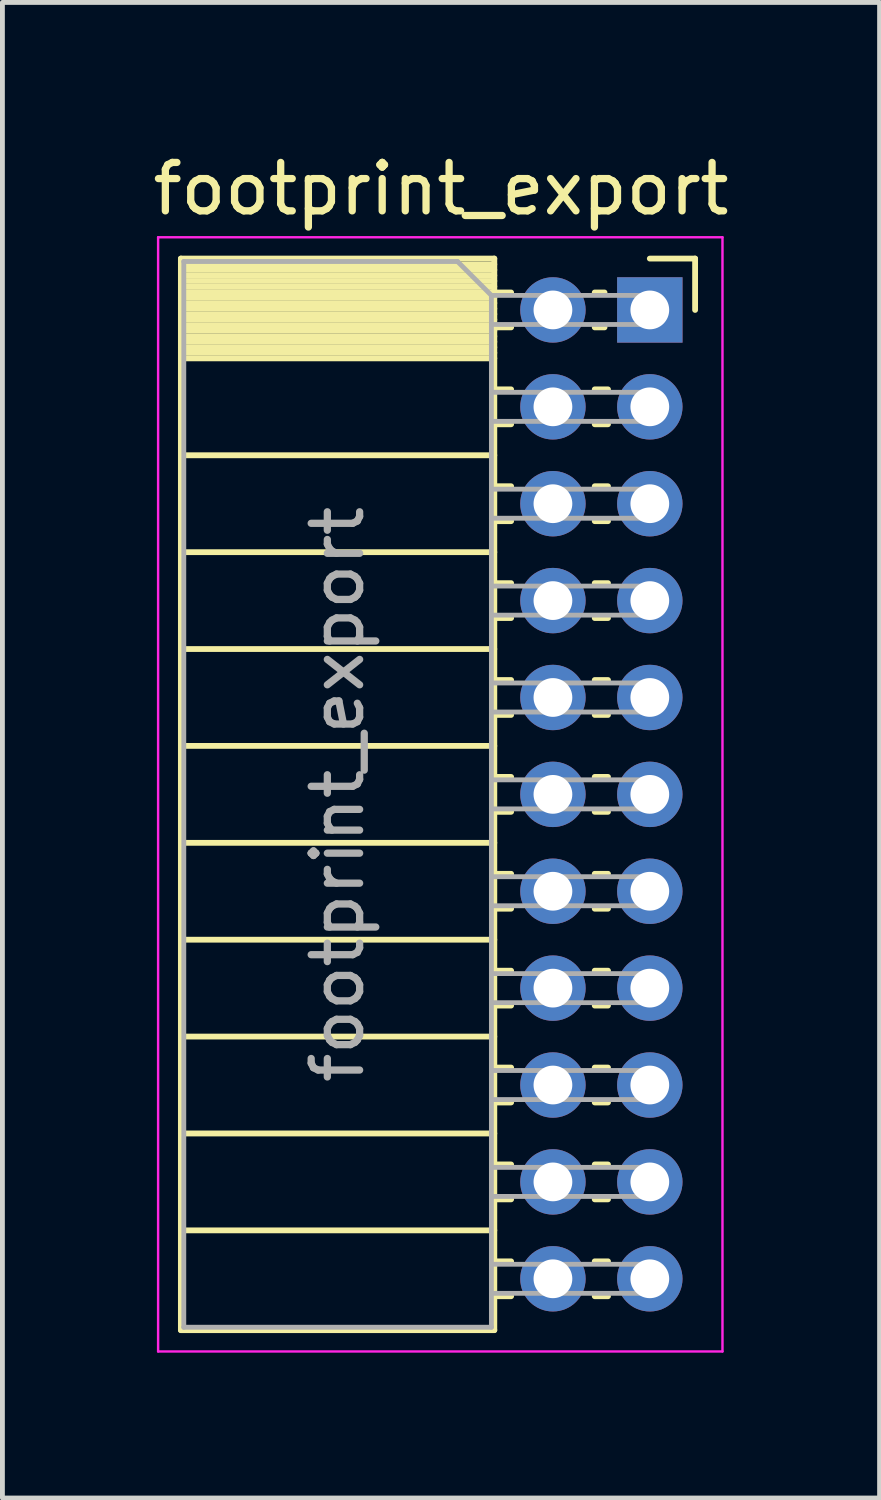
<source format=kicad_pcb>
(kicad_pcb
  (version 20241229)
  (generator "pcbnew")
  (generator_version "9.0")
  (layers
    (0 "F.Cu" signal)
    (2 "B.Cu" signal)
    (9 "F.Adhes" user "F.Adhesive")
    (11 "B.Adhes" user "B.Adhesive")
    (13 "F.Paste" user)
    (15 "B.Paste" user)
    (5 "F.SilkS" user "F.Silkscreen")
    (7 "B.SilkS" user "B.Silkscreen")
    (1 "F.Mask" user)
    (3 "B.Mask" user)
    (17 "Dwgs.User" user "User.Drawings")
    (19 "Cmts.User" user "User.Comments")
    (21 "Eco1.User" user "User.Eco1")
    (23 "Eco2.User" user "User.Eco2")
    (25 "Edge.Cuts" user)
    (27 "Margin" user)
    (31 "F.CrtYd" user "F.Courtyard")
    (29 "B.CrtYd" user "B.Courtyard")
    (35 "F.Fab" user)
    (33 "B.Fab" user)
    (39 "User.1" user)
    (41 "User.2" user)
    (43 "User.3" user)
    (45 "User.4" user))
  (footprint "footprint_export"
    (layer "F.Cu")
    (at 10.364 3.348)
    (property "Reference" "footprint_export" (at -4.31 -2.5 0) (layer "F.SilkS") (effects (font (size 1 1) (thickness 0.15))))
    (attr through_hole)
    (fp_line (start -9.68 -1.06) (end -9.68 21.06) (stroke (width 0.12) (type solid)) (layer "F.SilkS"))
    (fp_line (start -9.68 -1.06) (end -3.21 -1.06) (stroke (width 0.12) (type solid)) (layer "F.SilkS"))
    (fp_line (start -9.68 -0.94) (end -3.21 -0.94) (stroke (width 0.12) (type solid)) (layer "F.SilkS"))
    (fp_line (start -9.68 -0.826) (end -3.21 -0.826) (stroke (width 0.12) (type solid)) (layer "F.SilkS"))
    (fp_line (start -9.68 -0.712) (end -3.21 -0.712) (stroke (width 0.12) (type solid)) (layer "F.SilkS"))
    (fp_line (start -9.68 -0.598) (end -3.21 -0.598) (stroke (width 0.12) (type solid)) (layer "F.SilkS"))
    (fp_line (start -9.68 -0.484) (end -3.21 -0.484) (stroke (width 0.12) (type solid)) (layer "F.SilkS"))
    (fp_line (start -9.68 -0.369) (end -3.21 -0.369) (stroke (width 0.12) (type solid)) (layer "F.SilkS"))
    (fp_line (start -9.68 -0.255) (end -3.21 -0.255) (stroke (width 0.12) (type solid)) (layer "F.SilkS"))
    (fp_line (start -9.68 -0.141) (end -3.21 -0.141) (stroke (width 0.12) (type solid)) (layer "F.SilkS"))
    (fp_line (start -9.68 -0.027) (end -3.21 -0.027) (stroke (width 0.12) (type solid)) (layer "F.SilkS"))
    (fp_line (start -9.68 0.087) (end -3.21 0.087) (stroke (width 0.12) (type solid)) (layer "F.SilkS"))
    (fp_line (start -9.68 0.201) (end -3.21 0.201) (stroke (width 0.12) (type solid)) (layer "F.SilkS"))
    (fp_line (start -9.68 0.315) (end -3.21 0.315) (stroke (width 0.12) (type solid)) (layer "F.SilkS"))
    (fp_line (start -9.68 0.429) (end -3.21 0.429) (stroke (width 0.12) (type solid)) (layer "F.SilkS"))
    (fp_line (start -9.68 0.544) (end -3.21 0.544) (stroke (width 0.12) (type solid)) (layer "F.SilkS"))
    (fp_line (start -9.68 0.658) (end -3.21 0.658) (stroke (width 0.12) (type solid)) (layer "F.SilkS"))
    (fp_line (start -9.68 0.772) (end -3.21 0.772) (stroke (width 0.12) (type solid)) (layer "F.SilkS"))
    (fp_line (start -9.68 0.886) (end -3.21 0.886) (stroke (width 0.12) (type solid)) (layer "F.SilkS"))
    (fp_line (start -9.68 1) (end -3.21 1) (stroke (width 0.12) (type solid)) (layer "F.SilkS"))
    (fp_line (start -9.68 3) (end -3.21 3) (stroke (width 0.12) (type solid)) (layer "F.SilkS"))
    (fp_line (start -9.68 5) (end -3.21 5) (stroke (width 0.12) (type solid)) (layer "F.SilkS"))
    (fp_line (start -9.68 7) (end -3.21 7) (stroke (width 0.12) (type solid)) (layer "F.SilkS"))
    (fp_line (start -9.68 9) (end -3.21 9) (stroke (width 0.12) (type solid)) (layer "F.SilkS"))
    (fp_line (start -9.68 11) (end -3.21 11) (stroke (width 0.12) (type solid)) (layer "F.SilkS"))
    (fp_line (start -9.68 13) (end -3.21 13) (stroke (width 0.12) (type solid)) (layer "F.SilkS"))
    (fp_line (start -9.68 15) (end -3.21 15) (stroke (width 0.12) (type solid)) (layer "F.SilkS"))
    (fp_line (start -9.68 17) (end -3.21 17) (stroke (width 0.12) (type solid)) (layer "F.SilkS"))
    (fp_line (start -9.68 19) (end -3.21 19) (stroke (width 0.12) (type solid)) (layer "F.SilkS"))
    (fp_line (start -9.68 21.06) (end -3.21 21.06) (stroke (width 0.12) (type solid)) (layer "F.SilkS"))
    (fp_line (start -3.21 -1.06) (end -3.21 21.06) (stroke (width 0.12) (type solid)) (layer "F.SilkS"))
    (fp_line (start -3.21 -0.36) (end -2.863 -0.36) (stroke (width 0.12) (type solid)) (layer "F.SilkS"))
    (fp_line (start -3.21 0.36) (end -2.863 0.36) (stroke (width 0.12) (type solid)) (layer "F.SilkS"))
    (fp_line (start -3.21 1.64) (end -2.863 1.64) (stroke (width 0.12) (type solid)) (layer "F.SilkS"))
    (fp_line (start -3.21 2.36) (end -2.863 2.36) (stroke (width 0.12) (type solid)) (layer "F.SilkS"))
    (fp_line (start -3.21 3.64) (end -2.863 3.64) (stroke (width 0.12) (type solid)) (layer "F.SilkS"))
    (fp_line (start -3.21 4.36) (end -2.863 4.36) (stroke (width 0.12) (type solid)) (layer "F.SilkS"))
    (fp_line (start -3.21 5.64) (end -2.863 5.64) (stroke (width 0.12) (type solid)) (layer "F.SilkS"))
    (fp_line (start -3.21 6.36) (end -2.863 6.36) (stroke (width 0.12) (type solid)) (layer "F.SilkS"))
    (fp_line (start -3.21 7.64) (end -2.863 7.64) (stroke (width 0.12) (type solid)) (layer "F.SilkS"))
    (fp_line (start -3.21 8.36) (end -2.863 8.36) (stroke (width 0.12) (type solid)) (layer "F.SilkS"))
    (fp_line (start -3.21 9.64) (end -2.863 9.64) (stroke (width 0.12) (type solid)) (layer "F.SilkS"))
    (fp_line (start -3.21 10.36) (end -2.863 10.36) (stroke (width 0.12) (type solid)) (layer "F.SilkS"))
    (fp_line (start -3.21 11.64) (end -2.863 11.64) (stroke (width 0.12) (type solid)) (layer "F.SilkS"))
    (fp_line (start -3.21 12.36) (end -2.863 12.36) (stroke (width 0.12) (type solid)) (layer "F.SilkS"))
    (fp_line (start -3.21 13.64) (end -2.863 13.64) (stroke (width 0.12) (type solid)) (layer "F.SilkS"))
    (fp_line (start -3.21 14.36) (end -2.863 14.36) (stroke (width 0.12) (type solid)) (layer "F.SilkS"))
    (fp_line (start -3.21 15.64) (end -2.863 15.64) (stroke (width 0.12) (type solid)) (layer "F.SilkS"))
    (fp_line (start -3.21 16.36) (end -2.863 16.36) (stroke (width 0.12) (type solid)) (layer "F.SilkS"))
    (fp_line (start -3.21 17.64) (end -2.863 17.64) (stroke (width 0.12) (type solid)) (layer "F.SilkS"))
    (fp_line (start -3.21 18.36) (end -2.863 18.36) (stroke (width 0.12) (type solid)) (layer "F.SilkS"))
    (fp_line (start -3.21 19.64) (end -2.863 19.64) (stroke (width 0.12) (type solid)) (layer "F.SilkS"))
    (fp_line (start -3.21 20.36) (end -2.863 20.36) (stroke (width 0.12) (type solid)) (layer "F.SilkS"))
    (fp_line (start -1.137 -0.36) (end -0.935 -0.36) (stroke (width 0.12) (type solid)) (layer "F.SilkS"))
    (fp_line (start -1.137 0.36) (end -0.935 0.36) (stroke (width 0.12) (type solid)) (layer "F.SilkS"))
    (fp_line (start -1.137 1.64) (end -0.863 1.64) (stroke (width 0.12) (type solid)) (layer "F.SilkS"))
    (fp_line (start -1.137 2.36) (end -0.863 2.36) (stroke (width 0.12) (type solid)) (layer "F.SilkS"))
    (fp_line (start -1.137 3.64) (end -0.863 3.64) (stroke (width 0.12) (type solid)) (layer "F.SilkS"))
    (fp_line (start -1.137 4.36) (end -0.863 4.36) (stroke (width 0.12) (type solid)) (layer "F.SilkS"))
    (fp_line (start -1.137 5.64) (end -0.863 5.64) (stroke (width 0.12) (type solid)) (layer "F.SilkS"))
    (fp_line (start -1.137 6.36) (end -0.863 6.36) (stroke (width 0.12) (type solid)) (layer "F.SilkS"))
    (fp_line (start -1.137 7.64) (end -0.863 7.64) (stroke (width 0.12) (type solid)) (layer "F.SilkS"))
    (fp_line (start -1.137 8.36) (end -0.863 8.36) (stroke (width 0.12) (type solid)) (layer "F.SilkS"))
    (fp_line (start -1.137 9.64) (end -0.863 9.64) (stroke (width 0.12) (type solid)) (layer "F.SilkS"))
    (fp_line (start -1.137 10.36) (end -0.863 10.36) (stroke (width 0.12) (type solid)) (layer "F.SilkS"))
    (fp_line (start -1.137 11.64) (end -0.863 11.64) (stroke (width 0.12) (type solid)) (layer "F.SilkS"))
    (fp_line (start -1.137 12.36) (end -0.863 12.36) (stroke (width 0.12) (type solid)) (layer "F.SilkS"))
    (fp_line (start -1.137 13.64) (end -0.863 13.64) (stroke (width 0.12) (type solid)) (layer "F.SilkS"))
    (fp_line (start -1.137 14.36) (end -0.863 14.36) (stroke (width 0.12) (type solid)) (layer "F.SilkS"))
    (fp_line (start -1.137 15.64) (end -0.863 15.64) (stroke (width 0.12) (type solid)) (layer "F.SilkS"))
    (fp_line (start -1.137 16.36) (end -0.863 16.36) (stroke (width 0.12) (type solid)) (layer "F.SilkS"))
    (fp_line (start -1.137 17.64) (end -0.863 17.64) (stroke (width 0.12) (type solid)) (layer "F.SilkS"))
    (fp_line (start -1.137 18.36) (end -0.863 18.36) (stroke (width 0.12) (type solid)) (layer "F.SilkS"))
    (fp_line (start -1.137 19.64) (end -0.863 19.64) (stroke (width 0.12) (type solid)) (layer "F.SilkS"))
    (fp_line (start -1.137 20.36) (end -0.863 20.36) (stroke (width 0.12) (type solid)) (layer "F.SilkS"))
    (fp_line (start 0 -1.06) (end 0.935 -1.06) (stroke (width 0.12) (type solid)) (layer "F.SilkS"))
    (fp_line (start 0.935 -1.06) (end 0.935 0) (stroke (width 0.12) (type solid)) (layer "F.SilkS"))
    (fp_line (start -10.15 -1.5) (end -10.15 21.5) (stroke (width 0.05) (type solid)) (layer "F.CrtYd"))
    (fp_line (start -10.15 21.5) (end 1.5 21.5) (stroke (width 0.05) (type solid)) (layer "F.CrtYd"))
    (fp_line (start 1.5 -1.5) (end -10.15 -1.5) (stroke (width 0.05) (type solid)) (layer "F.CrtYd"))
    (fp_line (start 1.5 21.5) (end 1.5 -1.5) (stroke (width 0.05) (type solid)) (layer "F.CrtYd"))
    (fp_line (start -9.62 -1) (end -3.97 -1) (stroke (width 0.1) (type solid)) (layer "F.Fab"))
    (fp_line (start -9.62 21) (end -9.62 -1) (stroke (width 0.1) (type solid)) (layer "F.Fab"))
    (fp_line (start -3.97 -1) (end -3.27 -0.3) (stroke (width 0.1) (type solid)) (layer "F.Fab"))
    (fp_line (start -3.27 -0.3) (end -3.27 21) (stroke (width 0.1) (type solid)) (layer "F.Fab"))
    (fp_line (start -3.27 0.3) (end 0 0.3) (stroke (width 0.1) (type solid)) (layer "F.Fab"))
    (fp_line (start -3.27 2.3) (end 0 2.3) (stroke (width 0.1) (type solid)) (layer "F.Fab"))
    (fp_line (start -3.27 4.3) (end 0 4.3) (stroke (width 0.1) (type solid)) (layer "F.Fab"))
    (fp_line (start -3.27 6.3) (end 0 6.3) (stroke (width 0.1) (type solid)) (layer "F.Fab"))
    (fp_line (start -3.27 8.3) (end 0 8.3) (stroke (width 0.1) (type solid)) (layer "F.Fab"))
    (fp_line (start -3.27 10.3) (end 0 10.3) (stroke (width 0.1) (type solid)) (layer "F.Fab"))
    (fp_line (start -3.27 12.3) (end 0 12.3) (stroke (width 0.1) (type solid)) (layer "F.Fab"))
    (fp_line (start -3.27 14.3) (end 0 14.3) (stroke (width 0.1) (type solid)) (layer "F.Fab"))
    (fp_line (start -3.27 16.3) (end 0 16.3) (stroke (width 0.1) (type solid)) (layer "F.Fab"))
    (fp_line (start -3.27 18.3) (end 0 18.3) (stroke (width 0.1) (type solid)) (layer "F.Fab"))
    (fp_line (start -3.27 20.3) (end 0 20.3) (stroke (width 0.1) (type solid)) (layer "F.Fab"))
    (fp_line (start -3.27 21) (end -9.62 21) (stroke (width 0.1) (type solid)) (layer "F.Fab"))
    (fp_line (start 0 -0.3) (end -3.27 -0.3) (stroke (width 0.1) (type solid)) (layer "F.Fab"))
    (fp_line (start 0 0.3) (end 0 -0.3) (stroke (width 0.1) (type solid)) (layer "F.Fab"))
    (fp_line (start 0 1.7) (end -3.27 1.7) (stroke (width 0.1) (type solid)) (layer "F.Fab"))
    (fp_line (start 0 2.3) (end 0 1.7) (stroke (width 0.1) (type solid)) (layer "F.Fab"))
    (fp_line (start 0 3.7) (end -3.27 3.7) (stroke (width 0.1) (type solid)) (layer "F.Fab"))
    (fp_line (start 0 4.3) (end 0 3.7) (stroke (width 0.1) (type solid)) (layer "F.Fab"))
    (fp_line (start 0 5.7) (end -3.27 5.7) (stroke (width 0.1) (type solid)) (layer "F.Fab"))
    (fp_line (start 0 6.3) (end 0 5.7) (stroke (width 0.1) (type solid)) (layer "F.Fab"))
    (fp_line (start 0 7.7) (end -3.27 7.7) (stroke (width 0.1) (type solid)) (layer "F.Fab"))
    (fp_line (start 0 8.3) (end 0 7.7) (stroke (width 0.1) (type solid)) (layer "F.Fab"))
    (fp_line (start 0 9.7) (end -3.27 9.7) (stroke (width 0.1) (type solid)) (layer "F.Fab"))
    (fp_line (start 0 10.3) (end 0 9.7) (stroke (width 0.1) (type solid)) (layer "F.Fab"))
    (fp_line (start 0 11.7) (end -3.27 11.7) (stroke (width 0.1) (type solid)) (layer "F.Fab"))
    (fp_line (start 0 12.3) (end 0 11.7) (stroke (width 0.1) (type solid)) (layer "F.Fab"))
    (fp_line (start 0 13.7) (end -3.27 13.7) (stroke (width 0.1) (type solid)) (layer "F.Fab"))
    (fp_line (start 0 14.3) (end 0 13.7) (stroke (width 0.1) (type solid)) (layer "F.Fab"))
    (fp_line (start 0 15.7) (end -3.27 15.7) (stroke (width 0.1) (type solid)) (layer "F.Fab"))
    (fp_line (start 0 16.3) (end 0 15.7) (stroke (width 0.1) (type solid)) (layer "F.Fab"))
    (fp_line (start 0 17.7) (end -3.27 17.7) (stroke (width 0.1) (type solid)) (layer "F.Fab"))
    (fp_line (start 0 18.3) (end 0 17.7) (stroke (width 0.1) (type solid)) (layer "F.Fab"))
    (fp_line (start 0 19.7) (end -3.27 19.7) (stroke (width 0.1) (type solid)) (layer "F.Fab"))
    (fp_line (start 0 20.3) (end 0 19.7) (stroke (width 0.1) (type solid)) (layer "F.Fab"))
    (fp_text user "${REFERENCE}" (at -6.445 10 90) (layer "F.Fab") (effects (font (size 1 1) (thickness 0.15))))
    (pad "1" thru_hole rect (at 0 0) (size 1.35 1.35) (drill 0.8) (layers "*.Cu" "*.Mask"))
    (pad "2" thru_hole oval (at -2 0) (size 1.35 1.35) (drill 0.8) (layers "*.Cu" "*.Mask"))
    (pad "3" thru_hole oval (at 0 2) (size 1.35 1.35) (drill 0.8) (layers "*.Cu" "*.Mask"))
    (pad "4" thru_hole oval (at -2 2) (size 1.35 1.35) (drill 0.8) (layers "*.Cu" "*.Mask"))
    (pad "5" thru_hole oval (at 0 4) (size 1.35 1.35) (drill 0.8) (layers "*.Cu" "*.Mask"))
    (pad "6" thru_hole oval (at -2 4) (size 1.35 1.35) (drill 0.8) (layers "*.Cu" "*.Mask"))
    (pad "7" thru_hole oval (at 0 6) (size 1.35 1.35) (drill 0.8) (layers "*.Cu" "*.Mask"))
    (pad "8" thru_hole oval (at -2 6) (size 1.35 1.35) (drill 0.8) (layers "*.Cu" "*.Mask"))
    (pad "9" thru_hole oval (at 0 8) (size 1.35 1.35) (drill 0.8) (layers "*.Cu" "*.Mask"))
    (pad "10" thru_hole oval (at -2 8) (size 1.35 1.35) (drill 0.8) (layers "*.Cu" "*.Mask"))
    (pad "11" thru_hole oval (at 0 10) (size 1.35 1.35) (drill 0.8) (layers "*.Cu" "*.Mask"))
    (pad "12" thru_hole oval (at -2 10) (size 1.35 1.35) (drill 0.8) (layers "*.Cu" "*.Mask"))
    (pad "13" thru_hole oval (at 0 12) (size 1.35 1.35) (drill 0.8) (layers "*.Cu" "*.Mask"))
    (pad "14" thru_hole oval (at -2 12) (size 1.35 1.35) (drill 0.8) (layers "*.Cu" "*.Mask"))
    (pad "15" thru_hole oval (at 0 14) (size 1.35 1.35) (drill 0.8) (layers "*.Cu" "*.Mask"))
    (pad "16" thru_hole oval (at -2 14) (size 1.35 1.35) (drill 0.8) (layers "*.Cu" "*.Mask"))
    (pad "17" thru_hole oval (at 0 16) (size 1.35 1.35) (drill 0.8) (layers "*.Cu" "*.Mask"))
    (pad "18" thru_hole oval (at -2 16) (size 1.35 1.35) (drill 0.8) (layers "*.Cu" "*.Mask"))
    (pad "19" thru_hole oval (at 0 18) (size 1.35 1.35) (drill 0.8) (layers "*.Cu" "*.Mask"))
    (pad "20" thru_hole oval (at -2 18) (size 1.35 1.35) (drill 0.8) (layers "*.Cu" "*.Mask"))
    (pad "21" thru_hole oval (at 0 20) (size 1.35 1.35) (drill 0.8) (layers "*.Cu" "*.Mask"))
    (pad "22" thru_hole oval (at -2 20) (size 1.35 1.35) (drill 0.8) (layers "*.Cu" "*.Mask")))
  (gr_rect
    (start -3 -3)
    (end 15.107 27.873)
    (stroke (width 0.1) (type default))
    (fill no)
    (layer "Edge.Cuts")))
</source>
